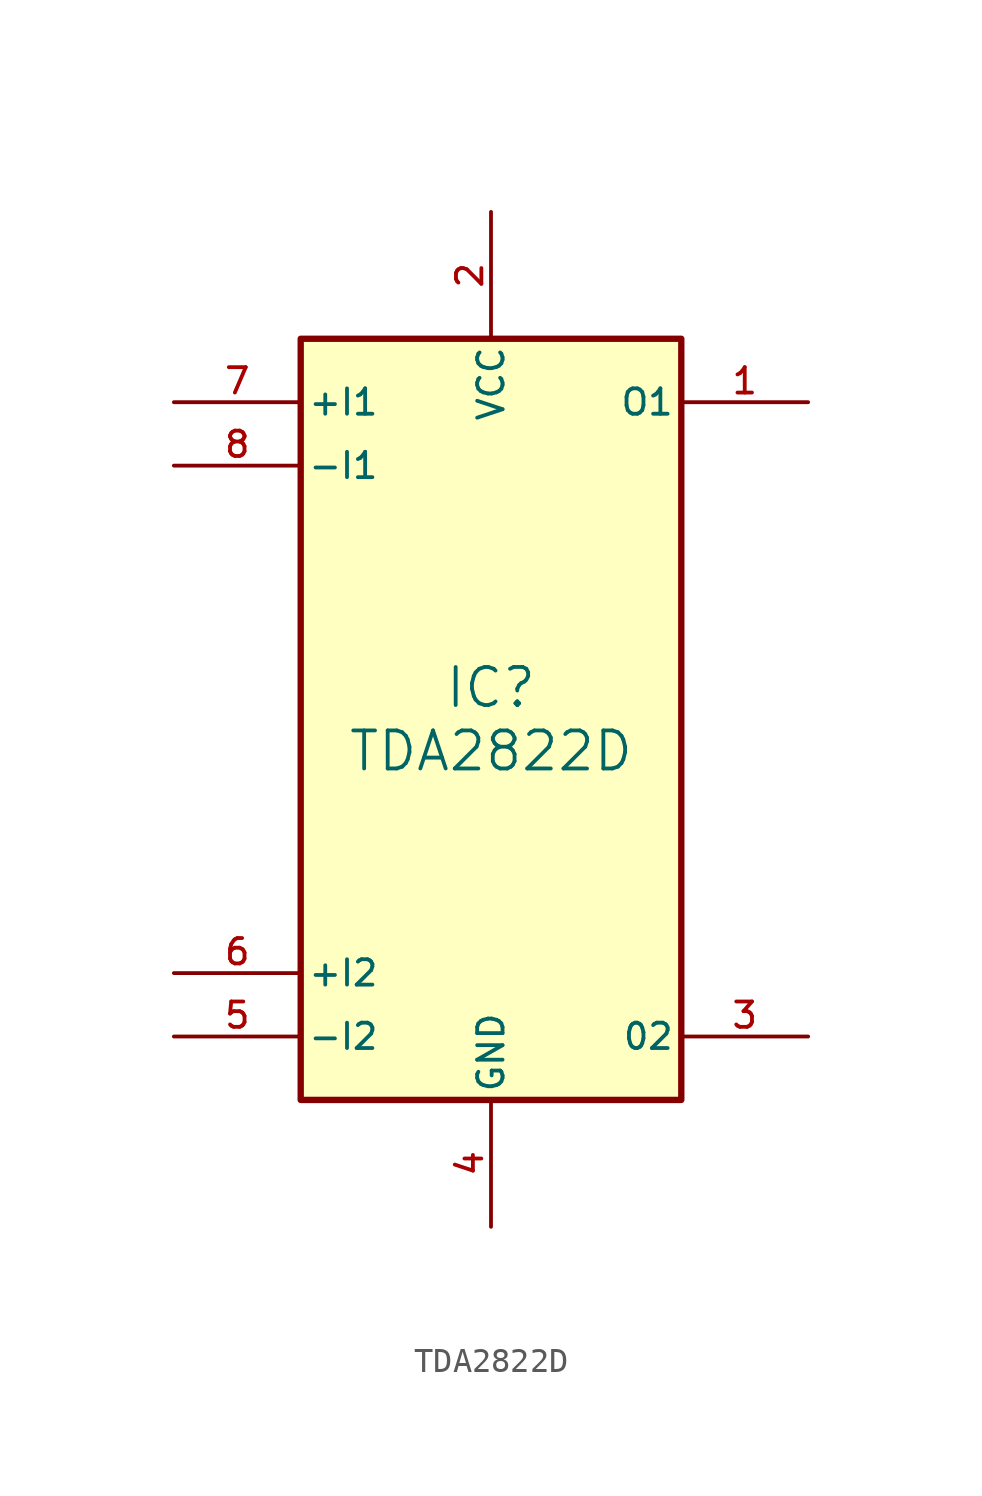
<source format=kicad_sym>
(kicad_symbol_lib
  (version 20220914)
  (generator kicad_symbol_editor)
  (symbol "TDA2822D"
    (pin_names
      (offset 0.254))
    (property "Reference" "IC"
      (at 0 2.54 0)
      (effects (font (size 1.524 1.524))))
    (property "Value" "TDA2822D"
      (at 0 0 0)
      (effects (font (size 1.524 1.524))))
    (symbol "TDA2822D_0_0"
      (rectangle (start -7.62 16.51) (end 7.62 -13.97) (stroke (width 0.254) (type default)) (fill (type background)))
      (pin passive line (at 0 -19.05 90) (length 5.08) (name "GND" (effects (font (size 1.016 1.016)))) (number "4" (effects (font (size 1.016 1.016))))))
    (symbol "TDA2822D_1_0"
      (pin output line (at 12.7 13.97 180) (length 5.08) (name "O1" (effects (font (size 1.016 1.016)))) (number "1" (effects (font (size 1.016 1.016)))))
      (pin power_in line (at 0 21.59 270) (length 5.08) (name "VCC" (effects (font (size 1.016 1.016)))) (number "2" (effects (font (size 1.016 1.016)))))
      (pin output line (at 12.7 -11.43 180) (length 5.08) (name "02" (effects (font (size 1.016 1.016)))) (number "3" (effects (font (size 1.016 1.016)))))
      (pin input line (at -12.7 -11.43 0) (length 5.08) (name "-I2" (effects (font (size 1.016 1.016)))) (number "5" (effects (font (size 1.016 1.016)))))
      (pin input line (at -12.7 -8.89 0) (length 5.08) (name "+I2" (effects (font (size 1.016 1.016)))) (number "6" (effects (font (size 1.016 1.016)))))
      (pin input line (at -12.7 13.97 0) (length 5.08) (name "+I1" (effects (font (size 1.016 1.016)))) (number "7" (effects (font (size 1.016 1.016)))))
      (pin input line (at -12.7 11.43 0) (length 5.08) (name "-I1" (effects (font (size 1.016 1.016)))) (number "8" (effects (font (size 1.016 1.016))))))))
</source>
